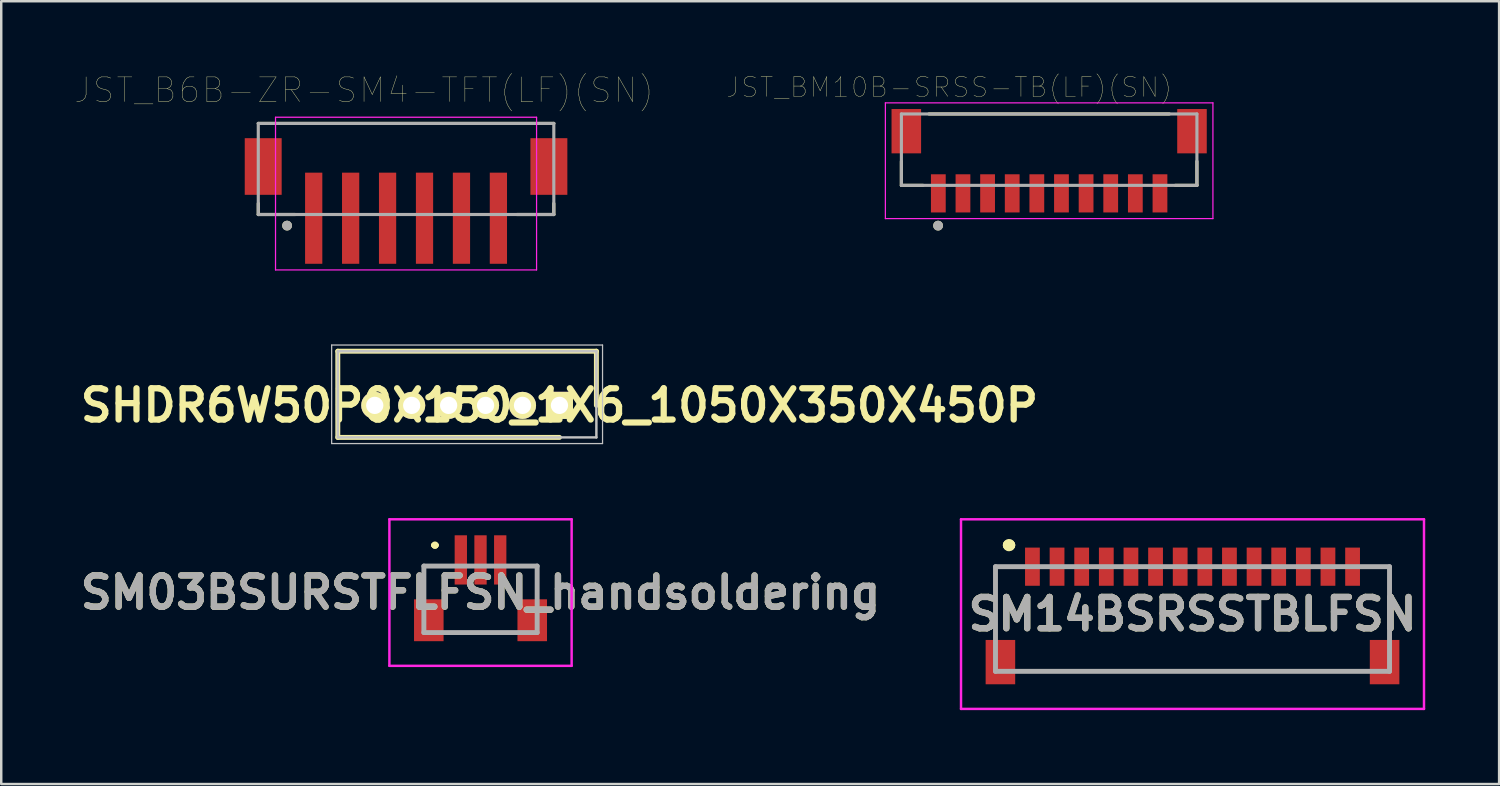
<source format=kicad_pcb>
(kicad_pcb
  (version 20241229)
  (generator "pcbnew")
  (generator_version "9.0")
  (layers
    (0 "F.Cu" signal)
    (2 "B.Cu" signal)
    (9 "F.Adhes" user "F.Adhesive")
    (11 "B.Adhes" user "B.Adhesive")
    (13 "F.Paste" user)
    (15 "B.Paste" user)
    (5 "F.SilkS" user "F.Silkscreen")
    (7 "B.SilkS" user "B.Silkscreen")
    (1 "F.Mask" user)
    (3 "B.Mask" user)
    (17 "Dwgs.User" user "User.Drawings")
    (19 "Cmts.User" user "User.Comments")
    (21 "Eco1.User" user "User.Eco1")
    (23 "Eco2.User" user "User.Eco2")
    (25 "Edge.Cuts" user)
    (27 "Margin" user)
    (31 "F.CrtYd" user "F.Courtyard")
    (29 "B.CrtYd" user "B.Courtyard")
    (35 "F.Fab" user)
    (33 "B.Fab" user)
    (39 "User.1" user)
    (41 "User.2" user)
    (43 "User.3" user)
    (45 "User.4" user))
  (footprint "JST_BM10B-SRSS-TB(LF)(SN)"
    (layer "F.Cu")
    (at 39.552 4.802)
    (property "Reference" "JST_BM10B-SRSS-TB(LF)(SN)" (at -4.06 -4.308 0) (layer "F.SilkS") (effects (font (size 0.8 0.8) (thickness 0.015))))
    (attr through_hole)
    (fp_line (start -6 -1.3) (end -6 -0.325) (stroke (width 0.127) (type solid)) (layer "F.SilkS"))
    (fp_line (start -6 -0.325) (end -5.12 -0.325) (stroke (width 0.127) (type solid)) (layer "F.SilkS"))
    (fp_line (start 4.88 -3.225) (end -4.88 -3.225) (stroke (width 0.127) (type solid)) (layer "F.SilkS"))
    (fp_line (start 6 -1.3) (end 6 -0.325) (stroke (width 0.127) (type solid)) (layer "F.SilkS"))
    (fp_line (start 6 -0.325) (end 5.12 -0.325) (stroke (width 0.127) (type solid)) (layer "F.SilkS"))
    (fp_circle (center -4.51 1.31) (end -4.41 1.31) (stroke (width 0.2) (type solid)) (fill no) (layer "F.SilkS"))
    (fp_line (start -6.65 -3.675) (end -6.65 1.025) (stroke (width 0.05) (type solid)) (layer "F.CrtYd"))
    (fp_line (start -6.65 1.025) (end 6.65 1.025) (stroke (width 0.05) (type solid)) (layer "F.CrtYd"))
    (fp_line (start 6.65 -3.675) (end -6.65 -3.675) (stroke (width 0.05) (type solid)) (layer "F.CrtYd"))
    (fp_line (start 6.65 1.025) (end 6.65 -3.675) (stroke (width 0.05) (type solid)) (layer "F.CrtYd"))
    (fp_line (start -6 -3.225) (end -6 -0.325) (stroke (width 0.127) (type solid)) (layer "F.Fab"))
    (fp_line (start -6 -0.325) (end 6 -0.325) (stroke (width 0.127) (type solid)) (layer "F.Fab"))
    (fp_line (start 6 -3.225) (end -6 -3.225) (stroke (width 0.127) (type solid)) (layer "F.Fab"))
    (fp_line (start 6 -0.325) (end 6 -3.225) (stroke (width 0.127) (type solid)) (layer "F.Fab"))
    (fp_circle (center -4.51 1.31) (end -4.41 1.31) (stroke (width 0.2) (type solid)) (fill no) (layer "F.Fab"))
    (pad "1" smd rect (at -4.5 0) (size 0.6 1.55) (layers "F.Cu" "F.Mask" "F.Paste"))
    (pad "2" smd rect (at -3.5 0) (size 0.6 1.55) (layers "F.Cu" "F.Mask" "F.Paste"))
    (pad "3" smd rect (at -2.5 0) (size 0.6 1.55) (layers "F.Cu" "F.Mask" "F.Paste"))
    (pad "4" smd rect (at -1.5 0) (size 0.6 1.55) (layers "F.Cu" "F.Mask" "F.Paste"))
    (pad "5" smd rect (at -0.5 0) (size 0.6 1.55) (layers "F.Cu" "F.Mask" "F.Paste"))
    (pad "6" smd rect (at 0.5 0) (size 0.6 1.55) (layers "F.Cu" "F.Mask" "F.Paste"))
    (pad "7" smd rect (at 1.5 0) (size 0.6 1.55) (layers "F.Cu" "F.Mask" "F.Paste"))
    (pad "8" smd rect (at 2.5 0) (size 0.6 1.55) (layers "F.Cu" "F.Mask" "F.Paste"))
    (pad "9" smd rect (at 3.5 0) (size 0.6 1.55) (layers "F.Cu" "F.Mask" "F.Paste"))
    (pad "10" smd rect (at 4.5 0) (size 0.6 1.55) (layers "F.Cu" "F.Mask" "F.Paste"))
    (pad "S1" smd rect (at -5.8 -2.525) (size 1.2 1.8) (layers "F.Cu" "F.Mask" "F.Paste"))
    (pad "S2" smd rect (at 5.8 -2.525) (size 1.2 1.8) (layers "F.Cu" "F.Mask" "F.Paste")))
  (footprint "SHDR6W50P0X150_1X6_1050X350X450P"
    (layer "F.Cu")
    (at 19.667 13.411)
    (property "Reference" "SHDR6W50P0X150_1X6_1050X350X450P" (at 0 0 0) (layer "F.SilkS") (effects (font (size 1.27 1.27) (thickness 0.254))))
    (attr through_hole)
    (fp_line (start -9 -2.2) (end 1.5 -2.2) (stroke (width 0.2) (type solid)) (layer "F.SilkS"))
    (fp_line (start -9 1.3) (end -9 -2.2) (stroke (width 0.2) (type solid)) (layer "F.SilkS"))
    (fp_line (start 0 1.3) (end -9 1.3) (stroke (width 0.2) (type solid)) (layer "F.SilkS"))
    (fp_line (start 1.5 -2.2) (end 1.5 0) (stroke (width 0.2) (type solid)) (layer "F.SilkS"))
    (fp_line (start -9.25 -2.45) (end 1.75 -2.45) (stroke (width 0.05) (type solid)) (layer "Dwgs.User"))
    (fp_line (start -9.25 1.55) (end -9.25 -2.45) (stroke (width 0.05) (type solid)) (layer "Dwgs.User"))
    (fp_line (start -9 -2.2) (end 1.5 -2.2) (stroke (width 0.1) (type solid)) (layer "Dwgs.User"))
    (fp_line (start -9 1.3) (end -9 -2.2) (stroke (width 0.1) (type solid)) (layer "Dwgs.User"))
    (fp_line (start 1.5 -2.2) (end 1.5 1.3) (stroke (width 0.1) (type solid)) (layer "Dwgs.User"))
    (fp_line (start 1.5 1.3) (end -9 1.3) (stroke (width 0.1) (type solid)) (layer "Dwgs.User"))
    (fp_line (start 1.75 -2.45) (end 1.75 1.55) (stroke (width 0.05) (type solid)) (layer "Dwgs.User"))
    (fp_line (start 1.75 1.55) (end -9.25 1.55) (stroke (width 0.05) (type solid)) (layer "Dwgs.User"))
    (pad "1" thru_hole rect (at 0 0 90) (size 1.1 1.1) (drill 0.7) (layers "*.Cu" "*.Mask" "F.SilkS"))
    (pad "2" thru_hole circle (at -1.5 0 90) (size 1.1 1.1) (drill 0.7) (layers "*.Cu" "*.Mask" "F.SilkS"))
    (pad "3" thru_hole circle (at -3 0 90) (size 1.1 1.1) (drill 0.7) (layers "*.Cu" "*.Mask" "F.SilkS"))
    (pad "4" thru_hole circle (at -4.5 0 90) (size 1.1 1.1) (drill 0.7) (layers "*.Cu" "*.Mask" "F.SilkS"))
    (pad "5" thru_hole circle (at -6 0 90) (size 1.1 1.1) (drill 0.7) (layers "*.Cu" "*.Mask" "F.SilkS"))
    (pad "6" thru_hole circle (at -7.5 0 90) (size 1.1 1.1) (drill 0.7) (layers "*.Cu" "*.Mask" "F.SilkS")))
  (footprint "JST_B6B-ZR-SM4-TFT(LF)(SN)"
    (layer "F.Cu")
    (at 13.438 3.811)
    (property "Reference" "JST_B6B-ZR-SM4-TFT(LF)(SN)" (at -1.706 -3.2 0) (layer "F.SilkS") (effects (font (size 1 1) (thickness 0.015))))
    (attr through_hole)
    (fp_line (start -6 -1.85) (end 6 -1.85) (stroke (width 0.127) (type solid)) (layer "F.SilkS"))
    (fp_line (start -6 1.4) (end -6 1.85) (stroke (width 0.127) (type solid)) (layer "F.SilkS"))
    (fp_line (start -6 1.85) (end -4.5 1.85) (stroke (width 0.127) (type solid)) (layer "F.SilkS"))
    (fp_line (start 6 1.4) (end 6 1.85) (stroke (width 0.127) (type solid)) (layer "F.SilkS"))
    (fp_line (start 6 1.85) (end 4.5 1.85) (stroke (width 0.127) (type solid)) (layer "F.SilkS"))
    (fp_circle (center -4.831 2.3) (end -4.731 2.3) (stroke (width 0.2) (type solid)) (fill no) (layer "F.SilkS"))
    (fp_line (start -5.3 -2.1) (end 5.3 -2.1) (stroke (width 0.05) (type solid)) (layer "F.CrtYd"))
    (fp_line (start -5.3 4.1) (end -5.3 -2.1) (stroke (width 0.05) (type solid)) (layer "F.CrtYd"))
    (fp_line (start 5.3 -2.1) (end 5.3 4.1) (stroke (width 0.05) (type solid)) (layer "F.CrtYd"))
    (fp_line (start 5.3 4.1) (end -5.3 4.1) (stroke (width 0.05) (type solid)) (layer "F.CrtYd"))
    (fp_line (start -6 -1.85) (end 6 -1.85) (stroke (width 0.127) (type solid)) (layer "F.Fab"))
    (fp_line (start -6 1.85) (end -6 -1.85) (stroke (width 0.127) (type solid)) (layer "F.Fab"))
    (fp_line (start 6 -1.85) (end 6 1.85) (stroke (width 0.127) (type solid)) (layer "F.Fab"))
    (fp_line (start 6 1.85) (end -6 1.85) (stroke (width 0.127) (type solid)) (layer "F.Fab"))
    (fp_circle (center -4.831 2.3) (end -4.731 2.3) (stroke (width 0.2) (type solid)) (fill no) (layer "F.Fab"))
    (pad "1" smd rect (at -3.75 2) (size 0.7 3.7) (layers "F.Cu" "F.Mask" "F.Paste"))
    (pad "2" smd rect (at -2.25 2) (size 0.7 3.7) (layers "F.Cu" "F.Mask" "F.Paste"))
    (pad "3" smd rect (at -0.75 2) (size 0.7 3.7) (layers "F.Cu" "F.Mask" "F.Paste"))
    (pad "4" smd rect (at 0.75 2) (size 0.7 3.7) (layers "F.Cu" "F.Mask" "F.Paste"))
    (pad "5" smd rect (at 2.25 2) (size 0.7 3.7) (layers "F.Cu" "F.Mask" "F.Paste"))
    (pad "6" smd rect (at 3.75 2) (size 0.7 3.7) (layers "F.Cu" "F.Mask" "F.Paste"))
    (pad "S1" smd rect (at 5.8 -0.1) (size 1.5 2.3) (layers "F.Cu" "F.Mask" "F.Paste"))
    (pad "S2" smd rect (at -5.8 -0.1) (size 1.5 2.3) (layers "F.Cu" "F.Mask" "F.Paste")))
  (footprint "SM03BSURSTFLFSN_handsoldering"
    (layer "F.Cu")
    (at 16.462 21.286)
    (property "Reference" "SM03BSURSTFLFSN_handsoldering" (at 0 -0.275 0) (layer "F.SilkS") (effects (font (size 1.27 1.27) (thickness 0.254))))
    (attr smd)
    (fp_line (start -2.3 -1.35) (end -2.3 -1.35) (stroke (width 0.1) (type solid)) (layer "F.SilkS"))
    (fp_line (start -2.3 -1.35) (end -2.3 -1.35) (stroke (width 0.1) (type solid)) (layer "F.SilkS"))
    (fp_line (start -2.3 -1.35) (end -2.3 -0.75) (stroke (width 0.1) (type solid)) (layer "F.SilkS"))
    (fp_line (start -2.3 -1.35) (end -1.75 -1.35) (stroke (width 0.1) (type solid)) (layer "F.SilkS"))
    (fp_line (start -2.3 -0.75) (end -2.3 -1.35) (stroke (width 0.1) (type solid)) (layer "F.SilkS"))
    (fp_line (start -2.3 -0.75) (end -2.3 -0.75) (stroke (width 0.1) (type solid)) (layer "F.SilkS"))
    (fp_line (start -1.9 -2.2) (end -1.9 -2.2) (stroke (width 0.2) (type solid)) (layer "F.SilkS"))
    (fp_line (start -1.9 -2.2) (end -1.9 -2.2) (stroke (width 0.2) (type solid)) (layer "F.SilkS"))
    (fp_line (start -1.8 -2.2) (end -1.8 -2.2) (stroke (width 0.2) (type solid)) (layer "F.SilkS"))
    (fp_line (start -1.75 -1.35) (end -2.3 -1.35) (stroke (width 0.1) (type solid)) (layer "F.SilkS"))
    (fp_line (start -1.75 -1.35) (end -1.75 -1.35) (stroke (width 0.1) (type solid)) (layer "F.SilkS"))
    (fp_line (start -1 1.35) (end -1 1.35) (stroke (width 0.1) (type solid)) (layer "F.SilkS"))
    (fp_line (start -1 1.35) (end 0.75 1.35) (stroke (width 0.1) (type solid)) (layer "F.SilkS"))
    (fp_line (start 0.75 1.35) (end -1 1.35) (stroke (width 0.1) (type solid)) (layer "F.SilkS"))
    (fp_line (start 0.75 1.35) (end 0.75 1.35) (stroke (width 0.1) (type solid)) (layer "F.SilkS"))
    (fp_line (start 1.75 -1.35) (end 1.75 -1.35) (stroke (width 0.1) (type solid)) (layer "F.SilkS"))
    (fp_line (start 1.75 -1.35) (end 2.3 -1.35) (stroke (width 0.1) (type solid)) (layer "F.SilkS"))
    (fp_line (start 2.3 -1.35) (end 1.75 -1.35) (stroke (width 0.1) (type solid)) (layer "F.SilkS"))
    (fp_line (start 2.3 -1.35) (end 2.3 -1.35) (stroke (width 0.1) (type solid)) (layer "F.SilkS"))
    (fp_line (start 2.3 -1.35) (end 2.3 -1.35) (stroke (width 0.1) (type solid)) (layer "F.SilkS"))
    (fp_line (start 2.3 -1.35) (end 2.3 -0.75) (stroke (width 0.1) (type solid)) (layer "F.SilkS"))
    (fp_line (start 2.3 -0.75) (end 2.3 -1.35) (stroke (width 0.1) (type solid)) (layer "F.SilkS"))
    (fp_line (start 2.3 -0.75) (end 2.3 -0.75) (stroke (width 0.1) (type solid)) (layer "F.SilkS"))
    (fp_arc (start -1.9 -2.2) (mid -1.85 -2.25) (end -1.8 -2.2) (stroke (width 0.2) (type solid)) (layer "F.SilkS"))
    (fp_arc (start -1.8 -2.2) (mid -1.85 -2.15) (end -1.9 -2.2) (stroke (width 0.2) (type solid)) (layer "F.SilkS"))
    (fp_arc (start -1.8 -2.2) (mid -1.85 -2.15) (end -1.9 -2.2) (stroke (width 0.2) (type solid)) (layer "F.SilkS"))
    (fp_line (start -3.7 -3.25) (end 3.7 -3.25) (stroke (width 0.1) (type solid)) (layer "F.CrtYd"))
    (fp_line (start -3.7 2.7) (end -3.7 -3.25) (stroke (width 0.1) (type solid)) (layer "F.CrtYd"))
    (fp_line (start 3.7 -3.25) (end 3.7 2.7) (stroke (width 0.1) (type solid)) (layer "F.CrtYd"))
    (fp_line (start 3.7 2.7) (end -3.7 2.7) (stroke (width 0.1) (type solid)) (layer "F.CrtYd"))
    (fp_line (start -2.3 -1.35) (end -2.3 1.35) (stroke (width 0.2) (type solid)) (layer "F.Fab"))
    (fp_line (start -2.3 1.35) (end 2.3 1.35) (stroke (width 0.2) (type solid)) (layer "F.Fab"))
    (fp_line (start 2.3 -1.35) (end -2.3 -1.35) (stroke (width 0.2) (type solid)) (layer "F.Fab"))
    (fp_line (start 2.3 1.35) (end 2.3 -1.35) (stroke (width 0.2) (type solid)) (layer "F.Fab"))
    (fp_text user "${REFERENCE}" (at 0 -0.275 0) (layer "F.Fab") (effects (font (size 1.27 1.27) (thickness 0.254))))
    (pad "1" smd rect (at -0.8 -1.6) (size 0.5 2) (layers "F.Cu" "F.Mask" "F.Paste"))
    (pad "2" smd rect (at 0 -1.6) (size 0.5 2) (layers "F.Cu" "F.Mask" "F.Paste"))
    (pad "3" smd rect (at 0.8 -1.6) (size 0.5 2) (layers "F.Cu" "F.Mask" "F.Paste"))
    (pad "MP1" smd rect (at -2.1 0.85) (size 1.2 1.7) (layers "F.Cu" "F.Mask" "F.Paste"))
    (pad "MP2" smd rect (at 2.1 0.85) (size 1.2 1.7) (layers "F.Cu" "F.Mask" "F.Paste")))
  (footprint "SM14BSRSSTBLFSN"
    (layer "F.Cu")
    (at 45.373 22.086)
    (property "Reference" "SM14BSRSSTBLFSN" (at 0 -0.2 0) (layer "F.SilkS") (effects (font (size 1.27 1.27) (thickness 0.254))))
    (attr smd)
    (fp_line (start -8 -2.125) (end -8 0.5) (stroke (width 0.1) (type solid)) (layer "F.SilkS"))
    (fp_line (start -7.5 -3) (end -7.5 -3) (stroke (width 0.4) (type solid)) (layer "F.SilkS"))
    (fp_line (start -7.5 -2.125) (end -8 -2.125) (stroke (width 0.1) (type solid)) (layer "F.SilkS"))
    (fp_line (start -7.4 -3) (end -7.4 -3) (stroke (width 0.4) (type solid)) (layer "F.SilkS"))
    (fp_line (start -7 2.125) (end 7 2.125) (stroke (width 0.1) (type solid)) (layer "F.SilkS"))
    (fp_line (start 7.5 -2.125) (end 8 -2.125) (stroke (width 0.1) (type solid)) (layer "F.SilkS"))
    (fp_line (start 8 -2.125) (end 8 0.5) (stroke (width 0.1) (type solid)) (layer "F.SilkS"))
    (fp_arc (start -7.5 -3) (mid -7.45 -3.05) (end -7.4 -3) (stroke (width 0.4) (type solid)) (layer "F.SilkS"))
    (fp_arc (start -7.4 -3) (mid -7.45 -2.95) (end -7.5 -3) (stroke (width 0.4) (type solid)) (layer "F.SilkS"))
    (fp_line (start -9.4 -4.05) (end 9.4 -4.05) (stroke (width 0.1) (type solid)) (layer "F.CrtYd"))
    (fp_line (start -9.4 3.65) (end -9.4 -4.05) (stroke (width 0.1) (type solid)) (layer "F.CrtYd"))
    (fp_line (start 9.4 -4.05) (end 9.4 3.65) (stroke (width 0.1) (type solid)) (layer "F.CrtYd"))
    (fp_line (start 9.4 3.65) (end -9.4 3.65) (stroke (width 0.1) (type solid)) (layer "F.CrtYd"))
    (fp_line (start -8 -2.125) (end 8 -2.125) (stroke (width 0.2) (type solid)) (layer "F.Fab"))
    (fp_line (start -8 2.125) (end -8 -2.125) (stroke (width 0.2) (type solid)) (layer "F.Fab"))
    (fp_line (start 8 -2.125) (end 8 2.125) (stroke (width 0.2) (type solid)) (layer "F.Fab"))
    (fp_line (start 8 2.125) (end -8 2.125) (stroke (width 0.2) (type solid)) (layer "F.Fab"))
    (fp_text user "${REFERENCE}" (at 0 -0.2 0) (layer "F.Fab") (effects (font (size 1.27 1.27) (thickness 0.254))))
    (pad "1" smd rect (at -6.5 -2.125) (size 0.6 1.55) (layers "F.Cu" "F.Mask" "F.Paste"))
    (pad "2" smd rect (at -5.5 -2.125) (size 0.6 1.55) (layers "F.Cu" "F.Mask" "F.Paste"))
    (pad "3" smd rect (at -4.5 -2.125) (size 0.6 1.55) (layers "F.Cu" "F.Mask" "F.Paste"))
    (pad "4" smd rect (at -3.5 -2.125) (size 0.6 1.55) (layers "F.Cu" "F.Mask" "F.Paste"))
    (pad "5" smd rect (at -2.5 -2.125) (size 0.6 1.55) (layers "F.Cu" "F.Mask" "F.Paste"))
    (pad "6" smd rect (at -1.5 -2.125) (size 0.6 1.55) (layers "F.Cu" "F.Mask" "F.Paste"))
    (pad "7" smd rect (at -0.5 -2.125) (size 0.6 1.55) (layers "F.Cu" "F.Mask" "F.Paste"))
    (pad "8" smd rect (at 0.5 -2.125) (size 0.6 1.55) (layers "F.Cu" "F.Mask" "F.Paste"))
    (pad "9" smd rect (at 1.5 -2.125) (size 0.6 1.55) (layers "F.Cu" "F.Mask" "F.Paste"))
    (pad "10" smd rect (at 2.5 -2.125) (size 0.6 1.55) (layers "F.Cu" "F.Mask" "F.Paste"))
    (pad "11" smd rect (at 3.5 -2.125) (size 0.6 1.55) (layers "F.Cu" "F.Mask" "F.Paste"))
    (pad "12" smd rect (at 4.5 -2.125) (size 0.6 1.55) (layers "F.Cu" "F.Mask" "F.Paste"))
    (pad "13" smd rect (at 5.5 -2.125) (size 0.6 1.55) (layers "F.Cu" "F.Mask" "F.Paste"))
    (pad "14" smd rect (at 6.5 -2.125) (size 0.6 1.55) (layers "F.Cu" "F.Mask" "F.Paste"))
    (pad "MP1" smd rect (at -7.8 1.75) (size 1.2 1.8) (layers "F.Cu" "F.Mask" "F.Paste"))
    (pad "MP2" smd rect (at 7.8 1.75) (size 1.2 1.8) (layers "F.Cu" "F.Mask" "F.Paste")))
  (gr_rect
    (start -3 -3)
    (end 57.823 28.786)
    (stroke (width 0.1) (type default))
    (fill no)
    (layer "Edge.Cuts")))
</source>
